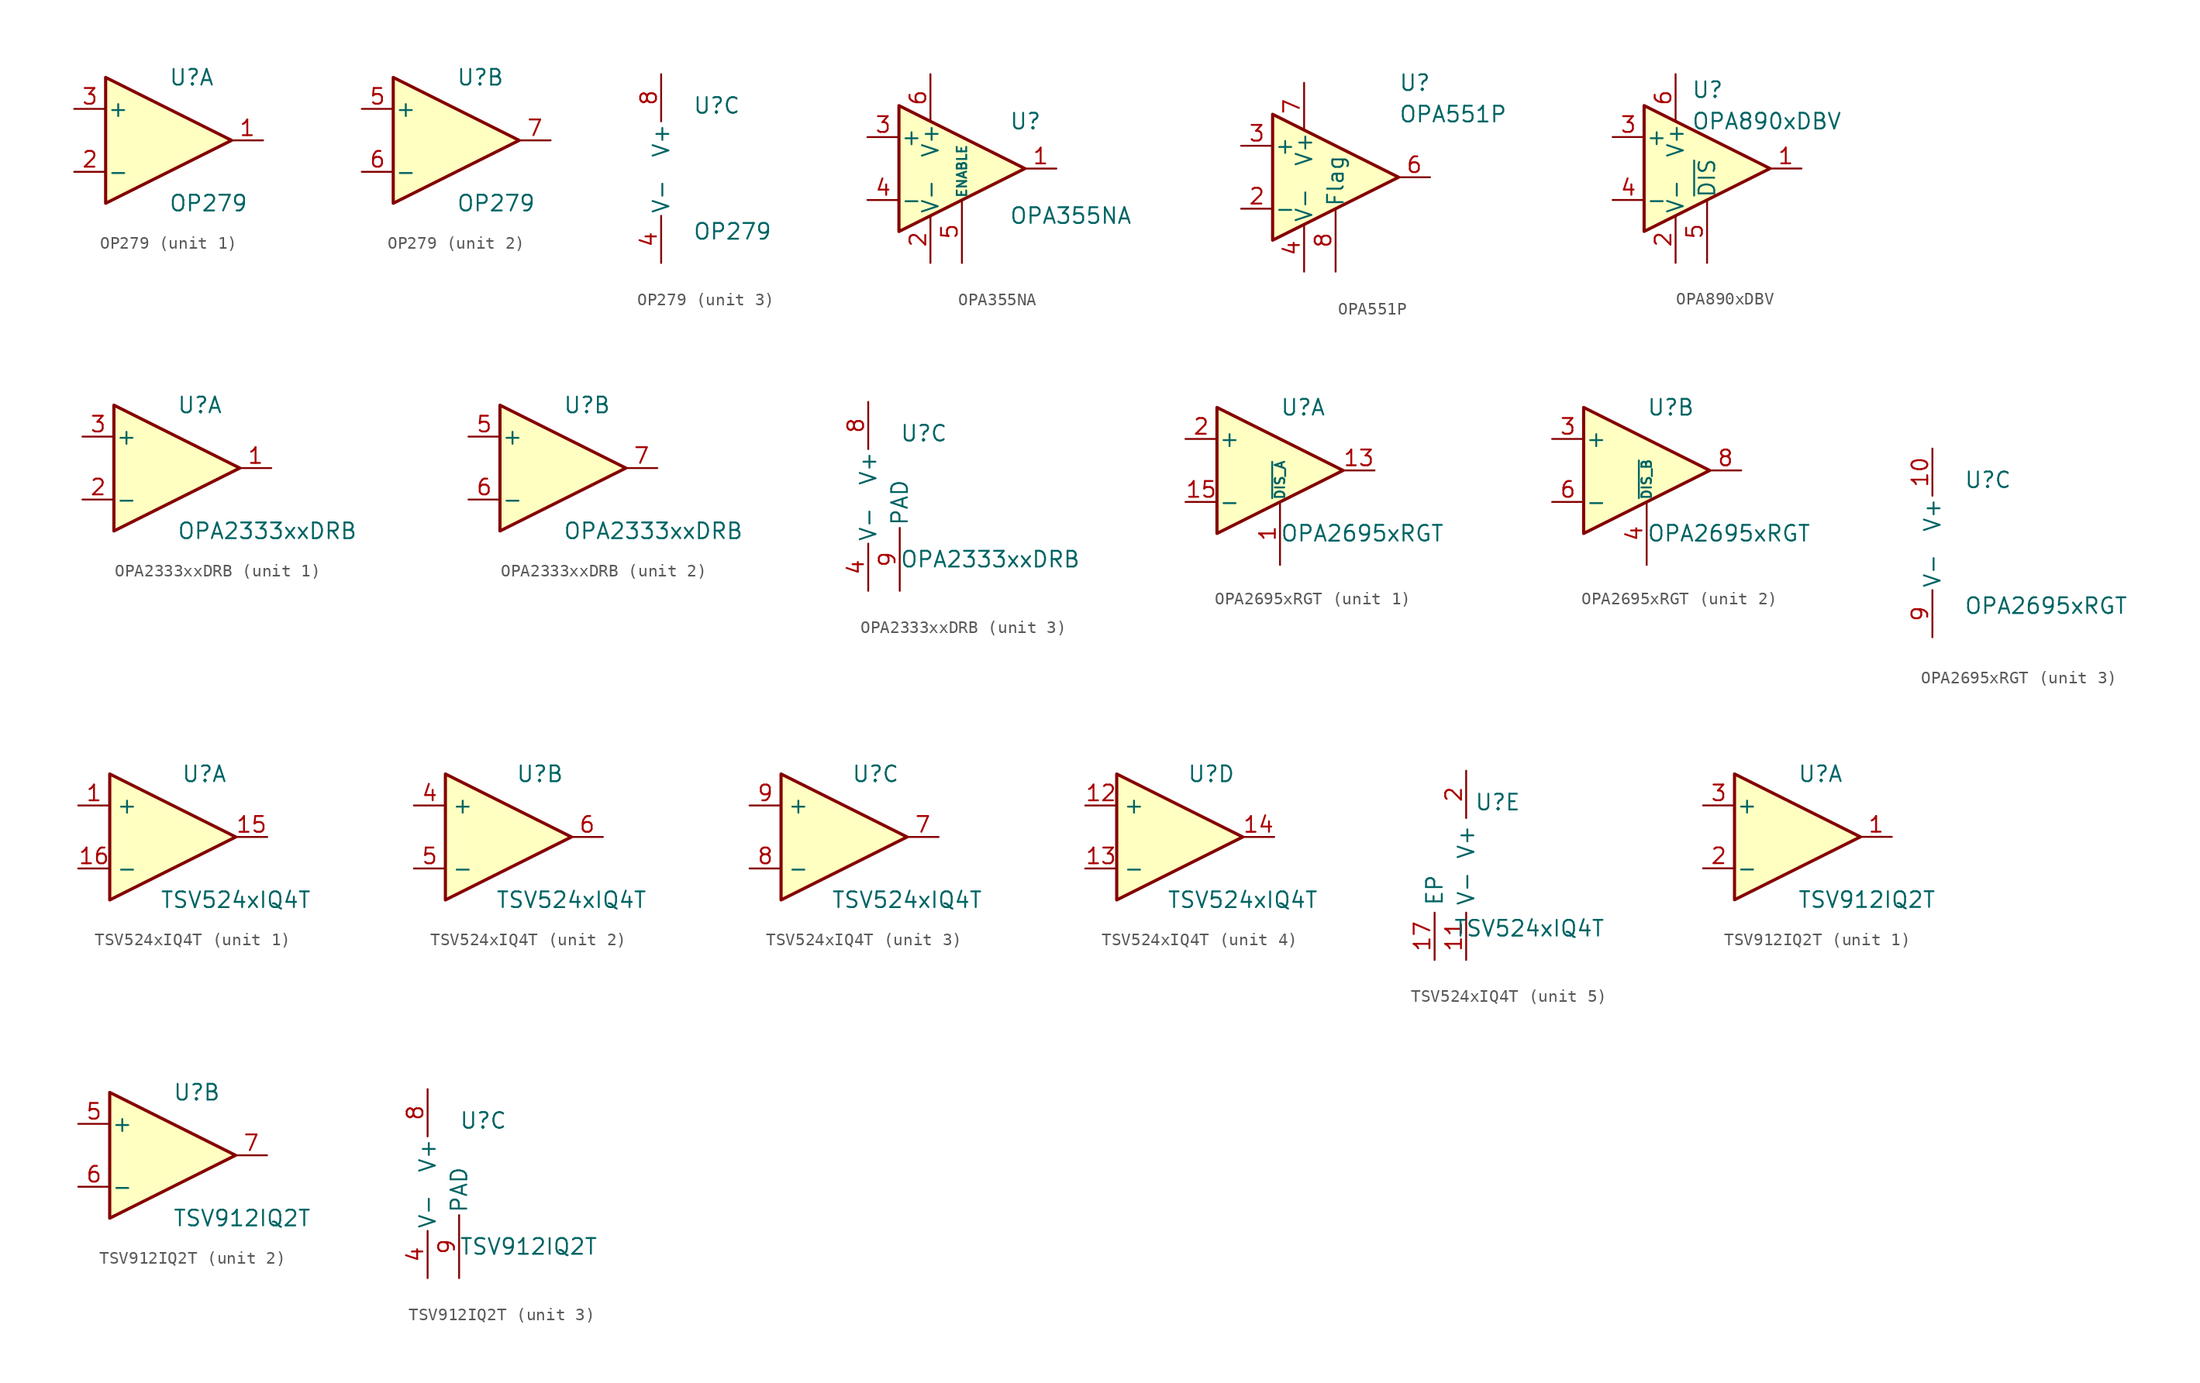
<source format=kicad_sym>
(kicad_symbol_lib
  (version 20201005)
  (generator kicad_symbol_editor)
  (symbol "OP279"
    (pin_names
      (offset 0.127))
    (property "Reference" "U"
      (at 0 5.08 0)
      (effects (font (size 1.27 1.27)) (justify left)))
    (property "Value" "OP279"
      (at 0 -5.08 0)
      (effects (font (size 1.27 1.27)) (justify left)))
    (property "ki_locked" ""
      (at 0 0 0)
      (effects (font (size 1.27 1.27))))
    (symbol "OP279_1_1"
      (polyline (pts (xy -5.08 5.08) (xy 5.08 0) (xy -5.08 -5.08) (xy -5.08 5.08)) (stroke (width 0.254)) (fill (type background)))
      (pin output line (at 7.62 0 180) (length 2.54) (name "~" (effects (font (size 1.27 1.27)))) (number "1" (effects (font (size 1.27 1.27)))))
      (pin input line (at -7.62 -2.54 0) (length 2.54) (name "-" (effects (font (size 1.27 1.27)))) (number "2" (effects (font (size 1.27 1.27)))))
      (pin input line (at -7.62 2.54 0) (length 2.54) (name "+" (effects (font (size 1.27 1.27)))) (number "3" (effects (font (size 1.27 1.27))))))
    (symbol "OP279_2_1"
      (polyline (pts (xy -5.08 5.08) (xy 5.08 0) (xy -5.08 -5.08) (xy -5.08 5.08)) (stroke (width 0.254)) (fill (type background)))
      (pin input line (at -7.62 2.54 0) (length 2.54) (name "+" (effects (font (size 1.27 1.27)))) (number "5" (effects (font (size 1.27 1.27)))))
      (pin input line (at -7.62 -2.54 0) (length 2.54) (name "-" (effects (font (size 1.27 1.27)))) (number "6" (effects (font (size 1.27 1.27)))))
      (pin output line (at 7.62 0 180) (length 2.54) (name "~" (effects (font (size 1.27 1.27)))) (number "7" (effects (font (size 1.27 1.27))))))
    (symbol "OP279_3_1"
      (pin power_in line (at -2.54 -7.62 90) (length 3.81) (name "V-" (effects (font (size 1.27 1.27)))) (number "4" (effects (font (size 1.27 1.27)))))
      (pin power_in line (at -2.54 7.62 270) (length 3.81) (name "V+" (effects (font (size 1.27 1.27)))) (number "8" (effects (font (size 1.27 1.27)))))))
  (symbol "OPA355NA"
    (pin_names
      (offset 0.127))
    (property "Reference" "U"
      (at 3.81 3.81 0)
      (effects (font (size 1.27 1.27)) (justify left)))
    (property "Value" "OPA355NA"
      (at 3.81 -3.81 0)
      (effects (font (size 1.27 1.27)) (justify left)))
    (symbol "OPA355NA_0_1"
      (polyline (pts (xy -5.08 5.08) (xy 5.08 0) (xy -5.08 -5.08) (xy -5.08 5.08)) (stroke (width 0.254)) (fill (type background))))
    (symbol "OPA355NA_1_1"
      (pin output line (at 7.62 0 180) (length 2.54) (name "~" (effects (font (size 1.27 1.27)))) (number "1" (effects (font (size 1.27 1.27)))))
      (pin power_in line (at -2.54 -7.62 90) (length 3.81) (name "V-" (effects (font (size 1.27 1.27)))) (number "2" (effects (font (size 1.27 1.27)))))
      (pin input line (at -7.62 2.54 0) (length 2.54) (name "+" (effects (font (size 1.27 1.27)))) (number "3" (effects (font (size 1.27 1.27)))))
      (pin input line (at -7.62 -2.54 0) (length 2.54) (name "-" (effects (font (size 1.27 1.27)))) (number "4" (effects (font (size 1.27 1.27)))))
      (pin input line (at 0 -7.62 90) (length 5.08) (name "ENABLE" (effects (font (size 0.762 0.762)))) (number "5" (effects (font (size 1.27 1.27)))))
      (pin power_in line (at -2.54 7.62 270) (length 3.81) (name "V+" (effects (font (size 1.27 1.27)))) (number "6" (effects (font (size 1.27 1.27)))))))
  (symbol "OPA551P"
    (pin_names
      (offset 0.127))
    (property "Reference" "U"
      (at 5.08 7.62 0)
      (effects (font (size 1.27 1.27)) (justify left)))
    (property "Value" "OPA551P"
      (at 5.08 5.08 0)
      (effects (font (size 1.27 1.27)) (justify left)))
    (symbol "OPA551P_1_1"
      (polyline (pts (xy -5.08 5.08) (xy 5.08 0) (xy -5.08 -5.08) (xy -5.08 5.08)) (stroke (width 0.254)) (fill (type background)))
      (pin no_connect line (at 0 2.54 270) (length 3.81) hide (name "NC" (effects (font (size 0.508 0.508)))) (number "1" (effects (font (size 1.27 1.27)))))
      (pin input line (at -7.62 -2.54 0) (length 2.54) (name "-" (effects (font (size 1.27 1.27)))) (number "2" (effects (font (size 1.27 1.27)))))
      (pin input line (at -7.62 2.54 0) (length 2.54) (name "+" (effects (font (size 1.27 1.27)))) (number "3" (effects (font (size 1.27 1.27)))))
      (pin power_in line (at -2.54 -7.62 90) (length 3.81) (name "V-" (effects (font (size 1.27 1.27)))) (number "4" (effects (font (size 1.27 1.27)))))
      (pin no_connect line (at 0 -2.54 90) (length 3.81) hide (name "NC" (effects (font (size 0.508 0.508)))) (number "5" (effects (font (size 1.27 1.27)))))
      (pin output line (at 7.62 0 180) (length 2.54) (name "~" (effects (font (size 1.27 1.27)))) (number "6" (effects (font (size 1.27 1.27)))))
      (pin power_in line (at -2.54 7.62 270) (length 3.81) (name "V+" (effects (font (size 1.27 1.27)))) (number "7" (effects (font (size 1.27 1.27)))))
      (pin output line (at 0 -7.62 90) (length 5.08) (name "Flag" (effects (font (size 1.27 1.27)))) (number "8" (effects (font (size 1.27 1.27)))))))
  (symbol "OPA890xDBV"
    (pin_names
      (offset 0.127))
    (property "Reference" "U"
      (at -1.27 6.35 0)
      (effects (font (size 1.27 1.27)) (justify left)))
    (property "Value" "OPA890xDBV"
      (at -1.27 3.81 0)
      (effects (font (size 1.27 1.27)) (justify left)))
    (symbol "OPA890xDBV_0_1"
      (polyline (pts (xy -5.08 5.08) (xy 5.08 0) (xy -5.08 -5.08) (xy -5.08 5.08)) (stroke (width 0.254)) (fill (type background)))
      (pin power_in line (at -2.54 -7.62 90) (length 3.81) (name "V-" (effects (font (size 1.27 1.27)))) (number "2" (effects (font (size 1.27 1.27)))))
      (pin power_in line (at -2.54 7.62 270) (length 3.81) (name "V+" (effects (font (size 1.27 1.27)))) (number "6" (effects (font (size 1.27 1.27))))))
    (symbol "OPA890xDBV_1_1"
      (pin output line (at 7.62 0 180) (length 2.54) (name "~" (effects (font (size 1.27 1.27)))) (number "1" (effects (font (size 1.27 1.27)))))
      (pin input line (at -7.62 2.54 0) (length 2.54) (name "+" (effects (font (size 1.27 1.27)))) (number "3" (effects (font (size 1.27 1.27)))))
      (pin input line (at -7.62 -2.54 0) (length 2.54) (name "-" (effects (font (size 1.27 1.27)))) (number "4" (effects (font (size 1.27 1.27)))))
      (pin input line (at 0 -7.62 90) (length 5.08) (name "~DIS" (effects (font (size 1.27 1.27)))) (number "5" (effects (font (size 1.27 1.27)))))))
  (symbol "OPA2333xxDRB"
    (pin_names
      (offset 0.127))
    (property "Reference" "U"
      (at 0 5.08 0)
      (effects (font (size 1.27 1.27)) (justify left)))
    (property "Value" "OPA2333xxDRB"
      (at 0 -5.08 0)
      (effects (font (size 1.27 1.27)) (justify left)))
    (property "ki_locked" ""
      (at 0 0 0)
      (effects (font (size 1.27 1.27))))
    (symbol "OPA2333xxDRB_1_1"
      (polyline (pts (xy -5.08 5.08) (xy 5.08 0) (xy -5.08 -5.08) (xy -5.08 5.08)) (stroke (width 0.254)) (fill (type background)))
      (pin output line (at 7.62 0 180) (length 2.54) (name "~" (effects (font (size 1.27 1.27)))) (number "1" (effects (font (size 1.27 1.27)))))
      (pin input line (at -7.62 -2.54 0) (length 2.54) (name "-" (effects (font (size 1.27 1.27)))) (number "2" (effects (font (size 1.27 1.27)))))
      (pin input line (at -7.62 2.54 0) (length 2.54) (name "+" (effects (font (size 1.27 1.27)))) (number "3" (effects (font (size 1.27 1.27))))))
    (symbol "OPA2333xxDRB_2_1"
      (polyline (pts (xy -5.08 5.08) (xy 5.08 0) (xy -5.08 -5.08) (xy -5.08 5.08)) (stroke (width 0.254)) (fill (type background)))
      (pin input line (at -7.62 2.54 0) (length 2.54) (name "+" (effects (font (size 1.27 1.27)))) (number "5" (effects (font (size 1.27 1.27)))))
      (pin input line (at -7.62 -2.54 0) (length 2.54) (name "-" (effects (font (size 1.27 1.27)))) (number "6" (effects (font (size 1.27 1.27)))))
      (pin output line (at 7.62 0 180) (length 2.54) (name "~" (effects (font (size 1.27 1.27)))) (number "7" (effects (font (size 1.27 1.27))))))
    (symbol "OPA2333xxDRB_3_1"
      (pin power_in line (at -2.54 -7.62 90) (length 3.81) (name "V-" (effects (font (size 1.27 1.27)))) (number "4" (effects (font (size 1.27 1.27)))))
      (pin power_in line (at -2.54 7.62 270) (length 3.81) (name "V+" (effects (font (size 1.27 1.27)))) (number "8" (effects (font (size 1.27 1.27)))))
      (pin power_in line (at 0 -7.62 90) (length 5.08) (name "PAD" (effects (font (size 1.27 1.27)))) (number "9" (effects (font (size 1.27 1.27)))))))
  (symbol "OPA2695xRGT"
    (pin_names
      (offset 0.127))
    (property "Reference" "U"
      (at 0 5.08 0)
      (effects (font (size 1.27 1.27)) (justify left)))
    (property "Value" "OPA2695xRGT"
      (at 0 -5.08 0)
      (effects (font (size 1.27 1.27)) (justify left)))
    (property "ki_locked" ""
      (at 0 0 0)
      (effects (font (size 1.27 1.27))))
    (symbol "OPA2695xRGT_1_1"
      (polyline (pts (xy -5.08 5.08) (xy 5.08 0) (xy -5.08 -5.08) (xy -5.08 5.08)) (stroke (width 0.254)) (fill (type background)))
      (pin input line (at 0 -7.62 90) (length 5.08) (name "~DIS_A" (effects (font (size 0.762 0.762)))) (number "1" (effects (font (size 1.27 1.27)))))
      (pin output line (at 7.62 0 180) (length 2.54) (name "~" (effects (font (size 1.27 1.27)))) (number "13" (effects (font (size 1.27 1.27)))))
      (pin no_connect line (at 0 -2.54 90) (length 2.54) hide (name "NC" (effects (font (size 1.27 1.27)))) (number "14" (effects (font (size 1.27 1.27)))))
      (pin input line (at -7.62 -2.54 0) (length 2.54) (name "-" (effects (font (size 1.27 1.27)))) (number "15" (effects (font (size 1.27 1.27)))))
      (pin input line (at -7.62 2.54 0) (length 2.54) (name "+" (effects (font (size 1.27 1.27)))) (number "2" (effects (font (size 1.27 1.27)))))
      (pin no_connect line (at 0 2.54 270) (length 2.54) hide (name "NC" (effects (font (size 1.27 1.27)))) (number "5" (effects (font (size 1.27 1.27))))))
    (symbol "OPA2695xRGT_2_1"
      (polyline (pts (xy -5.08 5.08) (xy 5.08 0) (xy -5.08 -5.08) (xy -5.08 5.08)) (stroke (width 0.254)) (fill (type background)))
      (pin no_connect line (at 0 -2.54 90) (length 2.54) hide (name "NC" (effects (font (size 1.27 1.27)))) (number "16" (effects (font (size 1.27 1.27)))))
      (pin input line (at -7.62 2.54 0) (length 2.54) (name "+" (effects (font (size 1.27 1.27)))) (number "3" (effects (font (size 1.27 1.27)))))
      (pin input line (at 0 -7.62 90) (length 5.08) (name "~DIS_B" (effects (font (size 0.762 0.762)))) (number "4" (effects (font (size 1.27 1.27)))))
      (pin input line (at -7.62 -2.54 0) (length 2.54) (name "-" (effects (font (size 1.27 1.27)))) (number "6" (effects (font (size 1.27 1.27)))))
      (pin no_connect line (at 0 2.54 270) (length 2.54) hide (name "NC" (effects (font (size 1.27 1.27)))) (number "7" (effects (font (size 1.27 1.27)))))
      (pin output line (at 7.62 0 180) (length 2.54) (name "~" (effects (font (size 1.27 1.27)))) (number "8" (effects (font (size 1.27 1.27))))))
    (symbol "OPA2695xRGT_3_1"
      (pin power_in line (at -2.54 7.62 270) (length 3.81) (name "V+" (effects (font (size 1.27 1.27)))) (number "10" (effects (font (size 1.27 1.27)))))
      (pin passive line (at -2.54 7.62 90) (length 3.81) hide (name "V+" (effects (font (size 1.27 1.27)))) (number "11" (effects (font (size 1.27 1.27)))))
      (pin passive line (at -2.54 -7.62 90) (length 3.81) hide (name "V-" (effects (font (size 1.27 1.27)))) (number "12" (effects (font (size 1.27 1.27)))))
      (pin power_in line (at -2.54 -7.62 90) (length 3.81) (name "V-" (effects (font (size 1.27 1.27)))) (number "9" (effects (font (size 1.27 1.27)))))))
  (symbol "TSV524xIQ4T"
    (property "Reference" "U"
      (at 2.54 5.08 0)
      (effects (font (size 1.27 1.27))))
    (property "Value" "TSV524xIQ4T"
      (at 5.08 -5.08 0)
      (effects (font (size 1.27 1.27))))
    (property "ki_locked" ""
      (at 0 0 0)
      (effects (font (size 1.27 1.27))))
    (symbol "TSV524xIQ4T_1_1"
      (polyline (pts (xy -5.08 5.08) (xy 5.08 0) (xy -5.08 -5.08) (xy -5.08 5.08)) (stroke (width 0.254)) (fill (type background)))
      (pin input line (at -7.62 2.54 0) (length 2.54) (name "+" (effects (font (size 1.27 1.27)))) (number "1" (effects (font (size 1.27 1.27)))))
      (pin output line (at 7.62 0 180) (length 2.54) (name "~" (effects (font (size 1.27 1.27)))) (number "15" (effects (font (size 1.27 1.27)))))
      (pin input line (at -7.62 -2.54 0) (length 2.54) (name "-" (effects (font (size 1.27 1.27)))) (number "16" (effects (font (size 1.27 1.27))))))
    (symbol "TSV524xIQ4T_2_1"
      (polyline (pts (xy -5.08 5.08) (xy 5.08 0) (xy -5.08 -5.08) (xy -5.08 5.08)) (stroke (width 0.254)) (fill (type background)))
      (pin input line (at -7.62 2.54 0) (length 2.54) (name "+" (effects (font (size 1.27 1.27)))) (number "4" (effects (font (size 1.27 1.27)))))
      (pin input line (at -7.62 -2.54 0) (length 2.54) (name "-" (effects (font (size 1.27 1.27)))) (number "5" (effects (font (size 1.27 1.27)))))
      (pin output line (at 7.62 0 180) (length 2.54) (name "~" (effects (font (size 1.27 1.27)))) (number "6" (effects (font (size 1.27 1.27))))))
    (symbol "TSV524xIQ4T_3_1"
      (polyline (pts (xy -5.08 5.08) (xy 5.08 0) (xy -5.08 -5.08) (xy -5.08 5.08)) (stroke (width 0.254)) (fill (type background)))
      (pin output line (at 7.62 0 180) (length 2.54) (name "~" (effects (font (size 1.27 1.27)))) (number "7" (effects (font (size 1.27 1.27)))))
      (pin input line (at -7.62 -2.54 0) (length 2.54) (name "-" (effects (font (size 1.27 1.27)))) (number "8" (effects (font (size 1.27 1.27)))))
      (pin input line (at -7.62 2.54 0) (length 2.54) (name "+" (effects (font (size 1.27 1.27)))) (number "9" (effects (font (size 1.27 1.27))))))
    (symbol "TSV524xIQ4T_4_1"
      (polyline (pts (xy -5.08 5.08) (xy 5.08 0) (xy -5.08 -5.08) (xy -5.08 5.08)) (stroke (width 0.254)) (fill (type background)))
      (pin input line (at -7.62 2.54 0) (length 2.54) (name "+" (effects (font (size 1.27 1.27)))) (number "12" (effects (font (size 1.27 1.27)))))
      (pin input line (at -7.62 -2.54 0) (length 2.54) (name "-" (effects (font (size 1.27 1.27)))) (number "13" (effects (font (size 1.27 1.27)))))
      (pin output line (at 7.62 0 180) (length 2.54) (name "~" (effects (font (size 1.27 1.27)))) (number "14" (effects (font (size 1.27 1.27))))))
    (symbol "TSV524xIQ4T_5_1"
      (pin no_connect line (at -2.54 0 0) (length 3.81) hide (name "NC" (effects (font (size 1.27 1.27)))) (number "10" (effects (font (size 1.27 1.27)))))
      (pin power_in line (at 0 -7.62 90) (length 3.81) (name "V-" (effects (font (size 1.27 1.27)))) (number "11" (effects (font (size 1.27 1.27)))))
      (pin passive line (at -2.54 -7.62 90) (length 3.81) (name "EP" (effects (font (size 1.27 1.27)))) (number "17" (effects (font (size 1.27 1.27)))))
      (pin power_in line (at 0 7.62 270) (length 3.81) (name "V+" (effects (font (size 1.27 1.27)))) (number "2" (effects (font (size 1.27 1.27)))))
      (pin no_connect line (at -2.54 2.54 0) (length 3.81) hide (name "NC" (effects (font (size 1.27 1.27)))) (number "3" (effects (font (size 1.27 1.27)))))))
  (symbol "TSV912IQ2T"
    (pin_names
      (offset 0.127))
    (property "Reference" "U"
      (at 0 5.08 0)
      (effects (font (size 1.27 1.27)) (justify left)))
    (property "Value" "TSV912IQ2T"
      (at 0 -5.08 0)
      (effects (font (size 1.27 1.27)) (justify left)))
    (property "ki_locked" ""
      (at 0 0 0)
      (effects (font (size 1.27 1.27))))
    (symbol "TSV912IQ2T_1_1"
      (polyline (pts (xy -5.08 5.08) (xy 5.08 0) (xy -5.08 -5.08) (xy -5.08 5.08)) (stroke (width 0.254)) (fill (type background)))
      (pin output line (at 7.62 0 180) (length 2.54) (name "~" (effects (font (size 1.27 1.27)))) (number "1" (effects (font (size 1.27 1.27)))))
      (pin input line (at -7.62 -2.54 0) (length 2.54) (name "-" (effects (font (size 1.27 1.27)))) (number "2" (effects (font (size 1.27 1.27)))))
      (pin input line (at -7.62 2.54 0) (length 2.54) (name "+" (effects (font (size 1.27 1.27)))) (number "3" (effects (font (size 1.27 1.27))))))
    (symbol "TSV912IQ2T_2_1"
      (polyline (pts (xy -5.08 5.08) (xy 5.08 0) (xy -5.08 -5.08) (xy -5.08 5.08)) (stroke (width 0.254)) (fill (type background)))
      (pin input line (at -7.62 2.54 0) (length 2.54) (name "+" (effects (font (size 1.27 1.27)))) (number "5" (effects (font (size 1.27 1.27)))))
      (pin input line (at -7.62 -2.54 0) (length 2.54) (name "-" (effects (font (size 1.27 1.27)))) (number "6" (effects (font (size 1.27 1.27)))))
      (pin output line (at 7.62 0 180) (length 2.54) (name "~" (effects (font (size 1.27 1.27)))) (number "7" (effects (font (size 1.27 1.27))))))
    (symbol "TSV912IQ2T_3_1"
      (pin power_in line (at -2.54 -7.62 90) (length 3.81) (name "V-" (effects (font (size 1.27 1.27)))) (number "4" (effects (font (size 1.27 1.27)))))
      (pin power_in line (at -2.54 7.62 270) (length 3.81) (name "V+" (effects (font (size 1.27 1.27)))) (number "8" (effects (font (size 1.27 1.27)))))
      (pin power_in line (at 0 -7.62 90) (length 5.08) (name "PAD" (effects (font (size 1.27 1.27)))) (number "9" (effects (font (size 1.27 1.27))))))))
</source>
